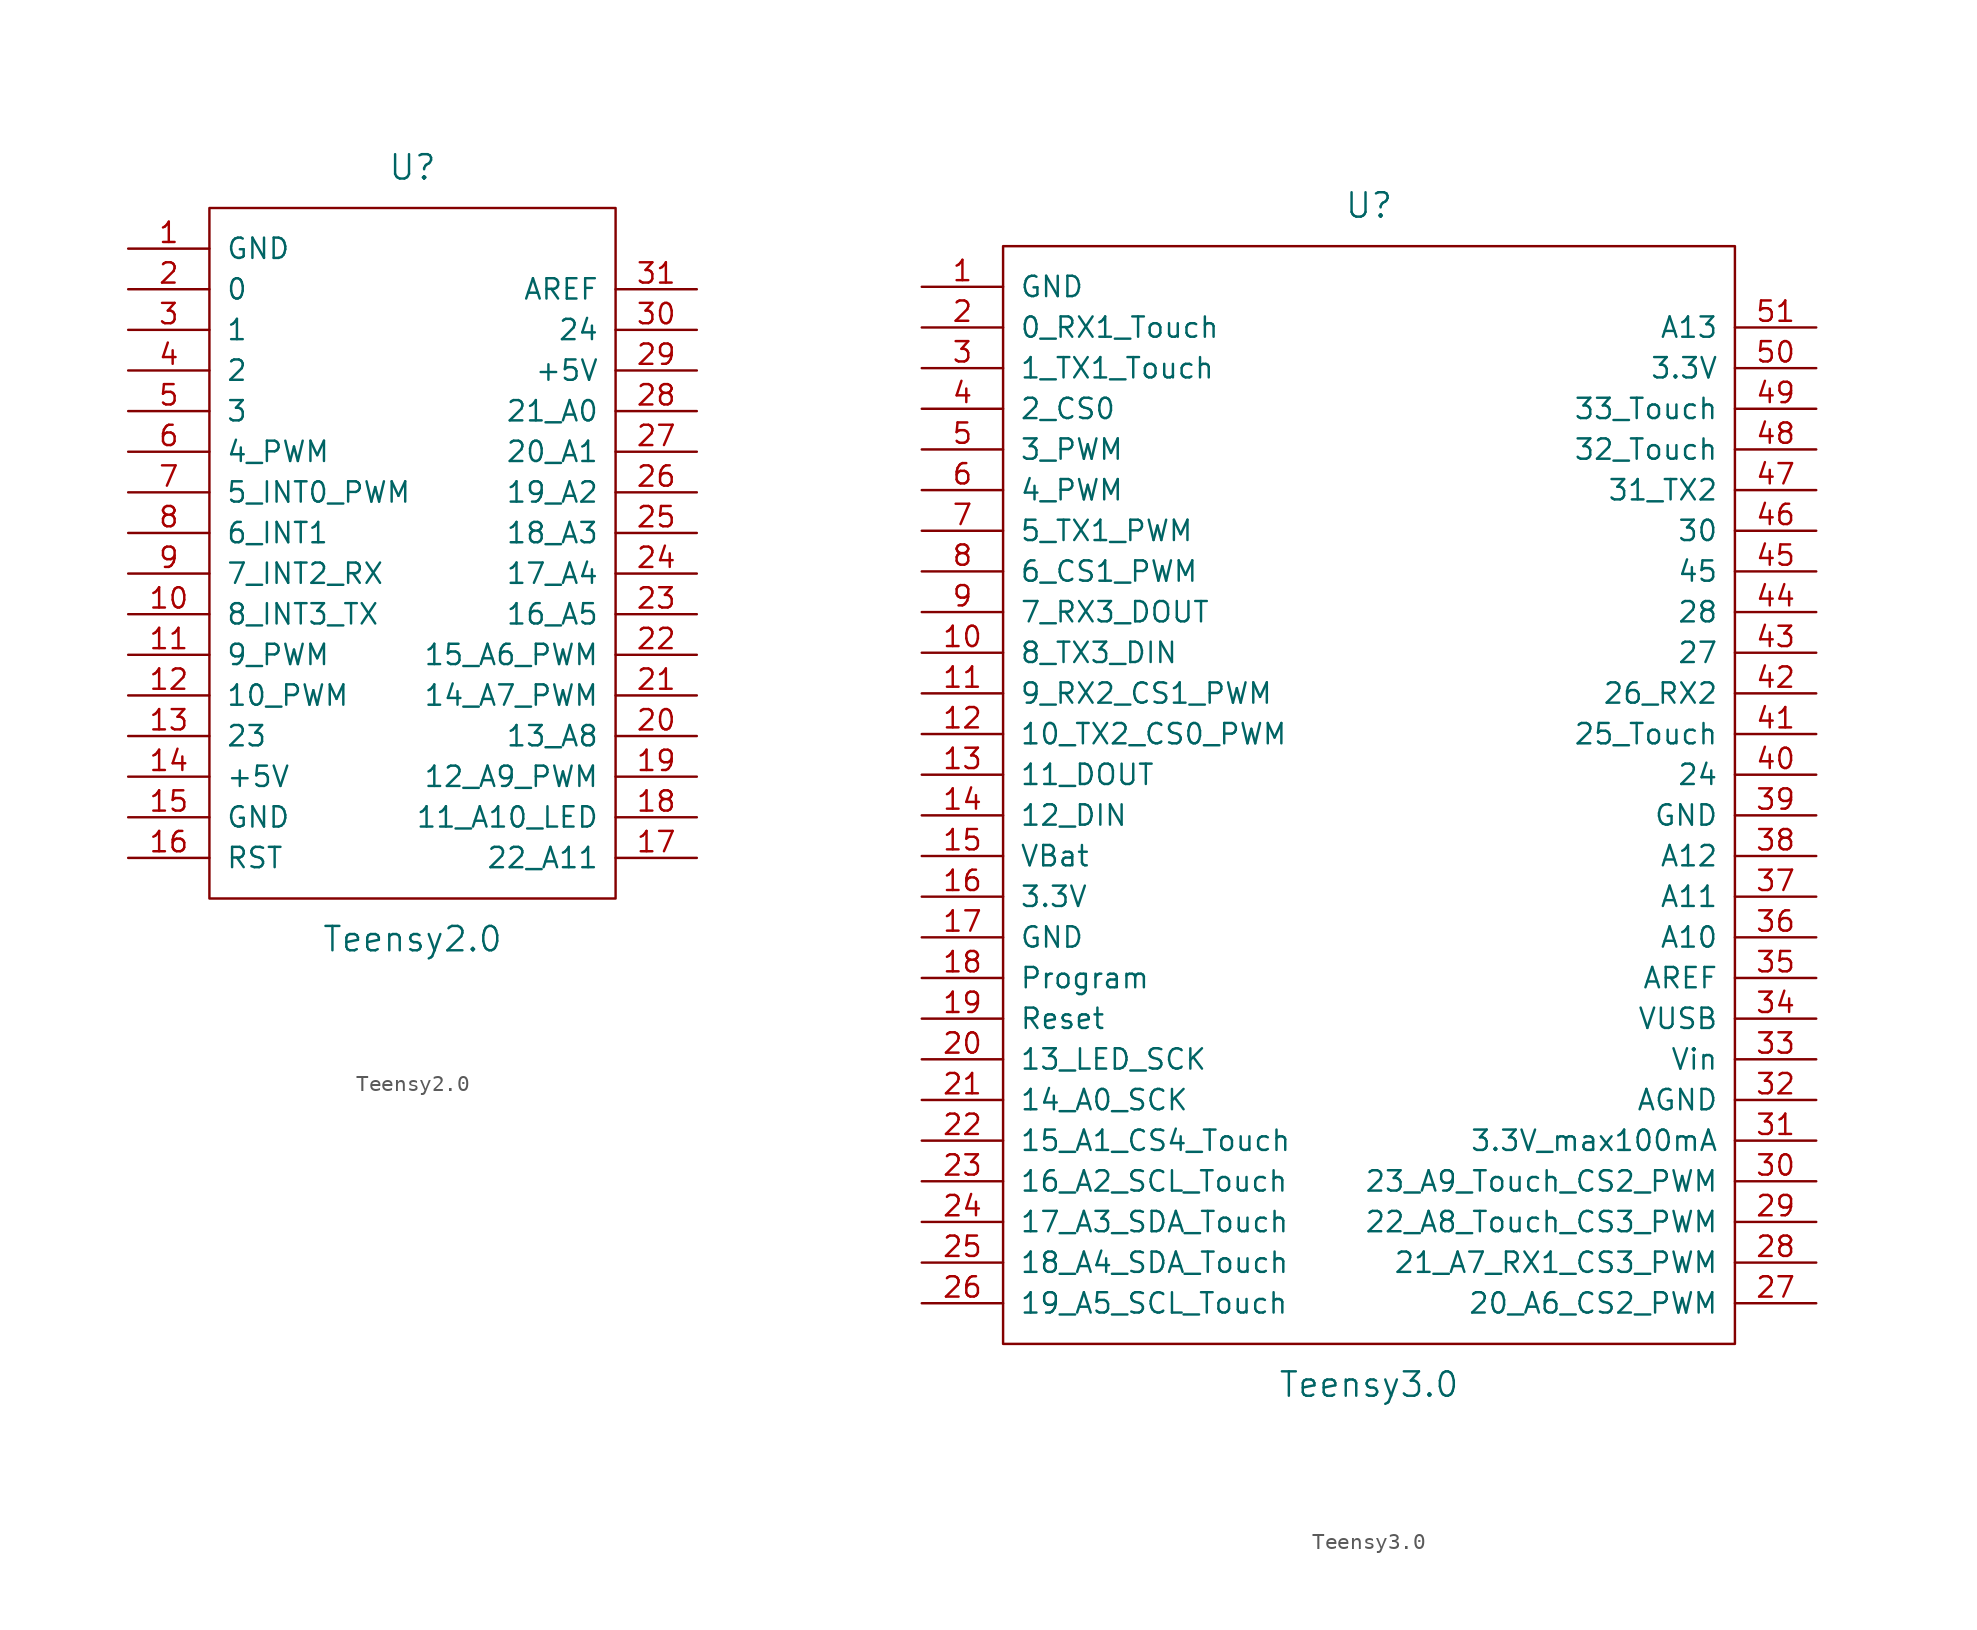
<source format=kicad_sym>
(kicad_symbol_lib
  (version 20211014)
  (generator kicad_symbol_editor)
  (symbol "Teensy2.0"
    (pin_names
      (offset 1.016))
    (property "Reference" "U"
      (at 0 24.13 0)
      (effects (font (size 1.524 1.524))))
    (property "Value" "Teensy2.0"
      (at 0 -24.13 0)
      (effects (font (size 1.524 1.524))))
    (property "Footprint" ""
      (at 2.54 -26.67 0)
      (effects (font (size 1.524 1.524))))
    (property "Datasheet" ""
      (at 2.54 -26.67 0)
      (effects (font (size 1.524 1.524))))
    (symbol "Teensy2.0_0_1"
      (rectangle (start -12.7 21.59) (end 12.7 -21.59) (stroke (width 0) (type default) (color 0 0 0 0)) (fill (type none))))
    (symbol "Teensy2.0_1_1"
      (pin power_in line (at -17.78 19.05 0) (length 5.08) (name "GND" (effects (font (size 1.27 1.27)))) (number "1" (effects (font (size 1.27 1.27)))))
      (pin bidirectional line (at -17.78 -3.81 0) (length 5.08) (name "8_INT3_TX" (effects (font (size 1.27 1.27)))) (number "10" (effects (font (size 1.27 1.27)))))
      (pin bidirectional line (at -17.78 -6.35 0) (length 5.08) (name "9_PWM" (effects (font (size 1.27 1.27)))) (number "11" (effects (font (size 1.27 1.27)))))
      (pin bidirectional line (at -17.78 -8.89 0) (length 5.08) (name "10_PWM" (effects (font (size 1.27 1.27)))) (number "12" (effects (font (size 1.27 1.27)))))
      (pin bidirectional line (at -17.78 -11.43 0) (length 5.08) (name "23" (effects (font (size 1.27 1.27)))) (number "13" (effects (font (size 1.27 1.27)))))
      (pin power_in line (at -17.78 -13.97 0) (length 5.08) (name "+5V" (effects (font (size 1.27 1.27)))) (number "14" (effects (font (size 1.27 1.27)))))
      (pin power_in line (at -17.78 -16.51 0) (length 5.08) (name "GND" (effects (font (size 1.27 1.27)))) (number "15" (effects (font (size 1.27 1.27)))))
      (pin input line (at -17.78 -19.05 0) (length 5.08) (name "RST" (effects (font (size 1.27 1.27)))) (number "16" (effects (font (size 1.27 1.27)))))
      (pin bidirectional line (at 17.78 -19.05 180) (length 5.08) (name "22_A11" (effects (font (size 1.27 1.27)))) (number "17" (effects (font (size 1.27 1.27)))))
      (pin bidirectional line (at 17.78 -16.51 180) (length 5.08) (name "11_A10_LED" (effects (font (size 1.27 1.27)))) (number "18" (effects (font (size 1.27 1.27)))))
      (pin bidirectional line (at 17.78 -13.97 180) (length 5.08) (name "12_A9_PWM" (effects (font (size 1.27 1.27)))) (number "19" (effects (font (size 1.27 1.27)))))
      (pin bidirectional line (at -17.78 16.51 0) (length 5.08) (name "0" (effects (font (size 1.27 1.27)))) (number "2" (effects (font (size 1.27 1.27)))))
      (pin bidirectional line (at 17.78 -11.43 180) (length 5.08) (name "13_A8" (effects (font (size 1.27 1.27)))) (number "20" (effects (font (size 1.27 1.27)))))
      (pin bidirectional line (at 17.78 -8.89 180) (length 5.08) (name "14_A7_PWM" (effects (font (size 1.27 1.27)))) (number "21" (effects (font (size 1.27 1.27)))))
      (pin bidirectional line (at 17.78 -6.35 180) (length 5.08) (name "15_A6_PWM" (effects (font (size 1.27 1.27)))) (number "22" (effects (font (size 1.27 1.27)))))
      (pin bidirectional line (at 17.78 -3.81 180) (length 5.08) (name "16_A5" (effects (font (size 1.27 1.27)))) (number "23" (effects (font (size 1.27 1.27)))))
      (pin bidirectional line (at 17.78 -1.27 180) (length 5.08) (name "17_A4" (effects (font (size 1.27 1.27)))) (number "24" (effects (font (size 1.27 1.27)))))
      (pin bidirectional line (at 17.78 1.27 180) (length 5.08) (name "18_A3" (effects (font (size 1.27 1.27)))) (number "25" (effects (font (size 1.27 1.27)))))
      (pin bidirectional line (at 17.78 3.81 180) (length 5.08) (name "19_A2" (effects (font (size 1.27 1.27)))) (number "26" (effects (font (size 1.27 1.27)))))
      (pin bidirectional line (at 17.78 6.35 180) (length 5.08) (name "20_A1" (effects (font (size 1.27 1.27)))) (number "27" (effects (font (size 1.27 1.27)))))
      (pin bidirectional line (at 17.78 8.89 180) (length 5.08) (name "21_A0" (effects (font (size 1.27 1.27)))) (number "28" (effects (font (size 1.27 1.27)))))
      (pin power_in line (at 17.78 11.43 180) (length 5.08) (name "+5V" (effects (font (size 1.27 1.27)))) (number "29" (effects (font (size 1.27 1.27)))))
      (pin bidirectional line (at -17.78 13.97 0) (length 5.08) (name "1" (effects (font (size 1.27 1.27)))) (number "3" (effects (font (size 1.27 1.27)))))
      (pin bidirectional line (at 17.78 13.97 180) (length 5.08) (name "24" (effects (font (size 1.27 1.27)))) (number "30" (effects (font (size 1.27 1.27)))))
      (pin input line (at 17.78 16.51 180) (length 5.08) (name "AREF" (effects (font (size 1.27 1.27)))) (number "31" (effects (font (size 1.27 1.27)))))
      (pin bidirectional line (at -17.78 11.43 0) (length 5.08) (name "2" (effects (font (size 1.27 1.27)))) (number "4" (effects (font (size 1.27 1.27)))))
      (pin bidirectional line (at -17.78 8.89 0) (length 5.08) (name "3" (effects (font (size 1.27 1.27)))) (number "5" (effects (font (size 1.27 1.27)))))
      (pin bidirectional line (at -17.78 6.35 0) (length 5.08) (name "4_PWM" (effects (font (size 1.27 1.27)))) (number "6" (effects (font (size 1.27 1.27)))))
      (pin bidirectional line (at -17.78 3.81 0) (length 5.08) (name "5_INT0_PWM" (effects (font (size 1.27 1.27)))) (number "7" (effects (font (size 1.27 1.27)))))
      (pin bidirectional line (at -17.78 1.27 0) (length 5.08) (name "6_INT1" (effects (font (size 1.27 1.27)))) (number "8" (effects (font (size 1.27 1.27)))))
      (pin bidirectional line (at -17.78 -1.27 0) (length 5.08) (name "7_INT2_RX" (effects (font (size 1.27 1.27)))) (number "9" (effects (font (size 1.27 1.27)))))))
  (symbol "Teensy3.0"
    (pin_names
      (offset 1.016))
    (property "Reference" "U"
      (at 0 36.83 0)
      (effects (font (size 1.524 1.524))))
    (property "Value" "Teensy3.0"
      (at 0 -36.83 0)
      (effects (font (size 1.524 1.524))))
    (property "Footprint" ""
      (at 0 -21.59 0)
      (effects (font (size 1.524 1.524))))
    (property "Datasheet" ""
      (at 0 -21.59 0)
      (effects (font (size 1.524 1.524))))
    (symbol "Teensy3.0_0_1"
      (rectangle (start -22.86 34.29) (end 22.86 -34.29) (stroke (width 0) (type default) (color 0 0 0 0)) (fill (type none))))
    (symbol "Teensy3.0_1_1"
      (pin power_in line (at -27.94 31.75 0) (length 5.08) (name "GND" (effects (font (size 1.27 1.27)))) (number "1" (effects (font (size 1.27 1.27)))))
      (pin bidirectional line (at -27.94 8.89 0) (length 5.08) (name "8_TX3_DIN" (effects (font (size 1.27 1.27)))) (number "10" (effects (font (size 1.27 1.27)))))
      (pin bidirectional line (at -27.94 6.35 0) (length 5.08) (name "9_RX2_CS1_PWM" (effects (font (size 1.27 1.27)))) (number "11" (effects (font (size 1.27 1.27)))))
      (pin bidirectional line (at -27.94 3.81 0) (length 5.08) (name "10_TX2_CS0_PWM" (effects (font (size 1.27 1.27)))) (number "12" (effects (font (size 1.27 1.27)))))
      (pin bidirectional line (at -27.94 1.27 0) (length 5.08) (name "11_DOUT" (effects (font (size 1.27 1.27)))) (number "13" (effects (font (size 1.27 1.27)))))
      (pin bidirectional line (at -27.94 -1.27 0) (length 5.08) (name "12_DIN" (effects (font (size 1.27 1.27)))) (number "14" (effects (font (size 1.27 1.27)))))
      (pin power_in line (at -27.94 -3.81 0) (length 5.08) (name "VBat" (effects (font (size 1.27 1.27)))) (number "15" (effects (font (size 1.27 1.27)))))
      (pin power_in line (at -27.94 -6.35 0) (length 5.08) (name "3.3V" (effects (font (size 1.27 1.27)))) (number "16" (effects (font (size 1.27 1.27)))))
      (pin power_in line (at -27.94 -8.89 0) (length 5.08) (name "GND" (effects (font (size 1.27 1.27)))) (number "17" (effects (font (size 1.27 1.27)))))
      (pin input line (at -27.94 -11.43 0) (length 5.08) (name "Program" (effects (font (size 1.27 1.27)))) (number "18" (effects (font (size 1.27 1.27)))))
      (pin input line (at -27.94 -13.97 0) (length 5.08) (name "Reset" (effects (font (size 1.27 1.27)))) (number "19" (effects (font (size 1.27 1.27)))))
      (pin bidirectional line (at -27.94 29.21 0) (length 5.08) (name "0_RX1_Touch" (effects (font (size 1.27 1.27)))) (number "2" (effects (font (size 1.27 1.27)))))
      (pin bidirectional line (at -27.94 -16.51 0) (length 5.08) (name "13_LED_SCK" (effects (font (size 1.27 1.27)))) (number "20" (effects (font (size 1.27 1.27)))))
      (pin bidirectional line (at -27.94 -19.05 0) (length 5.08) (name "14_A0_SCK" (effects (font (size 1.27 1.27)))) (number "21" (effects (font (size 1.27 1.27)))))
      (pin bidirectional line (at -27.94 -21.59 0) (length 5.08) (name "15_A1_CS4_Touch" (effects (font (size 1.27 1.27)))) (number "22" (effects (font (size 1.27 1.27)))))
      (pin bidirectional line (at -27.94 -24.13 0) (length 5.08) (name "16_A2_SCL_Touch" (effects (font (size 1.27 1.27)))) (number "23" (effects (font (size 1.27 1.27)))))
      (pin bidirectional line (at -27.94 -26.67 0) (length 5.08) (name "17_A3_SDA_Touch" (effects (font (size 1.27 1.27)))) (number "24" (effects (font (size 1.27 1.27)))))
      (pin bidirectional line (at -27.94 -29.21 0) (length 5.08) (name "18_A4_SDA_Touch" (effects (font (size 1.27 1.27)))) (number "25" (effects (font (size 1.27 1.27)))))
      (pin bidirectional line (at -27.94 -31.75 0) (length 5.08) (name "19_A5_SCL_Touch" (effects (font (size 1.27 1.27)))) (number "26" (effects (font (size 1.27 1.27)))))
      (pin bidirectional line (at 27.94 -31.75 180) (length 5.08) (name "20_A6_CS2_PWM" (effects (font (size 1.27 1.27)))) (number "27" (effects (font (size 1.27 1.27)))))
      (pin bidirectional line (at 27.94 -29.21 180) (length 5.08) (name "21_A7_RX1_CS3_PWM" (effects (font (size 1.27 1.27)))) (number "28" (effects (font (size 1.27 1.27)))))
      (pin bidirectional line (at 27.94 -26.67 180) (length 5.08) (name "22_A8_Touch_CS3_PWM" (effects (font (size 1.27 1.27)))) (number "29" (effects (font (size 1.27 1.27)))))
      (pin bidirectional line (at -27.94 26.67 0) (length 5.08) (name "1_TX1_Touch" (effects (font (size 1.27 1.27)))) (number "3" (effects (font (size 1.27 1.27)))))
      (pin bidirectional line (at 27.94 -24.13 180) (length 5.08) (name "23_A9_Touch_CS2_PWM" (effects (font (size 1.27 1.27)))) (number "30" (effects (font (size 1.27 1.27)))))
      (pin power_out line (at 27.94 -21.59 180) (length 5.08) (name "3.3V_max100mA" (effects (font (size 1.27 1.27)))) (number "31" (effects (font (size 1.27 1.27)))))
      (pin power_out line (at 27.94 -19.05 180) (length 5.08) (name "AGND" (effects (font (size 1.27 1.27)))) (number "32" (effects (font (size 1.27 1.27)))))
      (pin power_in line (at 27.94 -16.51 180) (length 5.08) (name "Vin" (effects (font (size 1.27 1.27)))) (number "33" (effects (font (size 1.27 1.27)))))
      (pin power_in line (at 27.94 -13.97 180) (length 5.08) (name "VUSB" (effects (font (size 1.27 1.27)))) (number "34" (effects (font (size 1.27 1.27)))))
      (pin input line (at 27.94 -11.43 180) (length 5.08) (name "AREF" (effects (font (size 1.27 1.27)))) (number "35" (effects (font (size 1.27 1.27)))))
      (pin bidirectional line (at 27.94 -8.89 180) (length 5.08) (name "A10" (effects (font (size 1.27 1.27)))) (number "36" (effects (font (size 1.27 1.27)))))
      (pin bidirectional line (at 27.94 -6.35 180) (length 5.08) (name "A11" (effects (font (size 1.27 1.27)))) (number "37" (effects (font (size 1.27 1.27)))))
      (pin bidirectional line (at 27.94 -3.81 180) (length 5.08) (name "A12" (effects (font (size 1.27 1.27)))) (number "38" (effects (font (size 1.27 1.27)))))
      (pin power_in line (at 27.94 -1.27 180) (length 5.08) (name "GND" (effects (font (size 1.27 1.27)))) (number "39" (effects (font (size 1.27 1.27)))))
      (pin bidirectional line (at -27.94 24.13 0) (length 5.08) (name "2_CS0" (effects (font (size 1.27 1.27)))) (number "4" (effects (font (size 1.27 1.27)))))
      (pin bidirectional line (at 27.94 1.27 180) (length 5.08) (name "24" (effects (font (size 1.27 1.27)))) (number "40" (effects (font (size 1.27 1.27)))))
      (pin bidirectional line (at 27.94 3.81 180) (length 5.08) (name "25_Touch" (effects (font (size 1.27 1.27)))) (number "41" (effects (font (size 1.27 1.27)))))
      (pin bidirectional line (at 27.94 6.35 180) (length 5.08) (name "26_RX2" (effects (font (size 1.27 1.27)))) (number "42" (effects (font (size 1.27 1.27)))))
      (pin bidirectional line (at 27.94 8.89 180) (length 5.08) (name "27" (effects (font (size 1.27 1.27)))) (number "43" (effects (font (size 1.27 1.27)))))
      (pin bidirectional line (at 27.94 11.43 180) (length 5.08) (name "28" (effects (font (size 1.27 1.27)))) (number "44" (effects (font (size 1.27 1.27)))))
      (pin bidirectional line (at 27.94 13.97 180) (length 5.08) (name "45" (effects (font (size 1.27 1.27)))) (number "45" (effects (font (size 1.27 1.27)))))
      (pin bidirectional line (at 27.94 16.51 180) (length 5.08) (name "30" (effects (font (size 1.27 1.27)))) (number "46" (effects (font (size 1.27 1.27)))))
      (pin bidirectional line (at 27.94 19.05 180) (length 5.08) (name "31_TX2" (effects (font (size 1.27 1.27)))) (number "47" (effects (font (size 1.27 1.27)))))
      (pin bidirectional line (at 27.94 21.59 180) (length 5.08) (name "32_Touch" (effects (font (size 1.27 1.27)))) (number "48" (effects (font (size 1.27 1.27)))))
      (pin bidirectional line (at 27.94 24.13 180) (length 5.08) (name "33_Touch" (effects (font (size 1.27 1.27)))) (number "49" (effects (font (size 1.27 1.27)))))
      (pin bidirectional line (at -27.94 21.59 0) (length 5.08) (name "3_PWM" (effects (font (size 1.27 1.27)))) (number "5" (effects (font (size 1.27 1.27)))))
      (pin power_in line (at 27.94 26.67 180) (length 5.08) (name "3.3V" (effects (font (size 1.27 1.27)))) (number "50" (effects (font (size 1.27 1.27)))))
      (pin bidirectional line (at 27.94 29.21 180) (length 5.08) (name "A13" (effects (font (size 1.27 1.27)))) (number "51" (effects (font (size 1.27 1.27)))))
      (pin bidirectional line (at -27.94 19.05 0) (length 5.08) (name "4_PWM" (effects (font (size 1.27 1.27)))) (number "6" (effects (font (size 1.27 1.27)))))
      (pin bidirectional line (at -27.94 16.51 0) (length 5.08) (name "5_TX1_PWM" (effects (font (size 1.27 1.27)))) (number "7" (effects (font (size 1.27 1.27)))))
      (pin bidirectional line (at -27.94 13.97 0) (length 5.08) (name "6_CS1_PWM" (effects (font (size 1.27 1.27)))) (number "8" (effects (font (size 1.27 1.27)))))
      (pin bidirectional line (at -27.94 11.43 0) (length 5.08) (name "7_RX3_DOUT" (effects (font (size 1.27 1.27)))) (number "9" (effects (font (size 1.27 1.27))))))))
</source>
